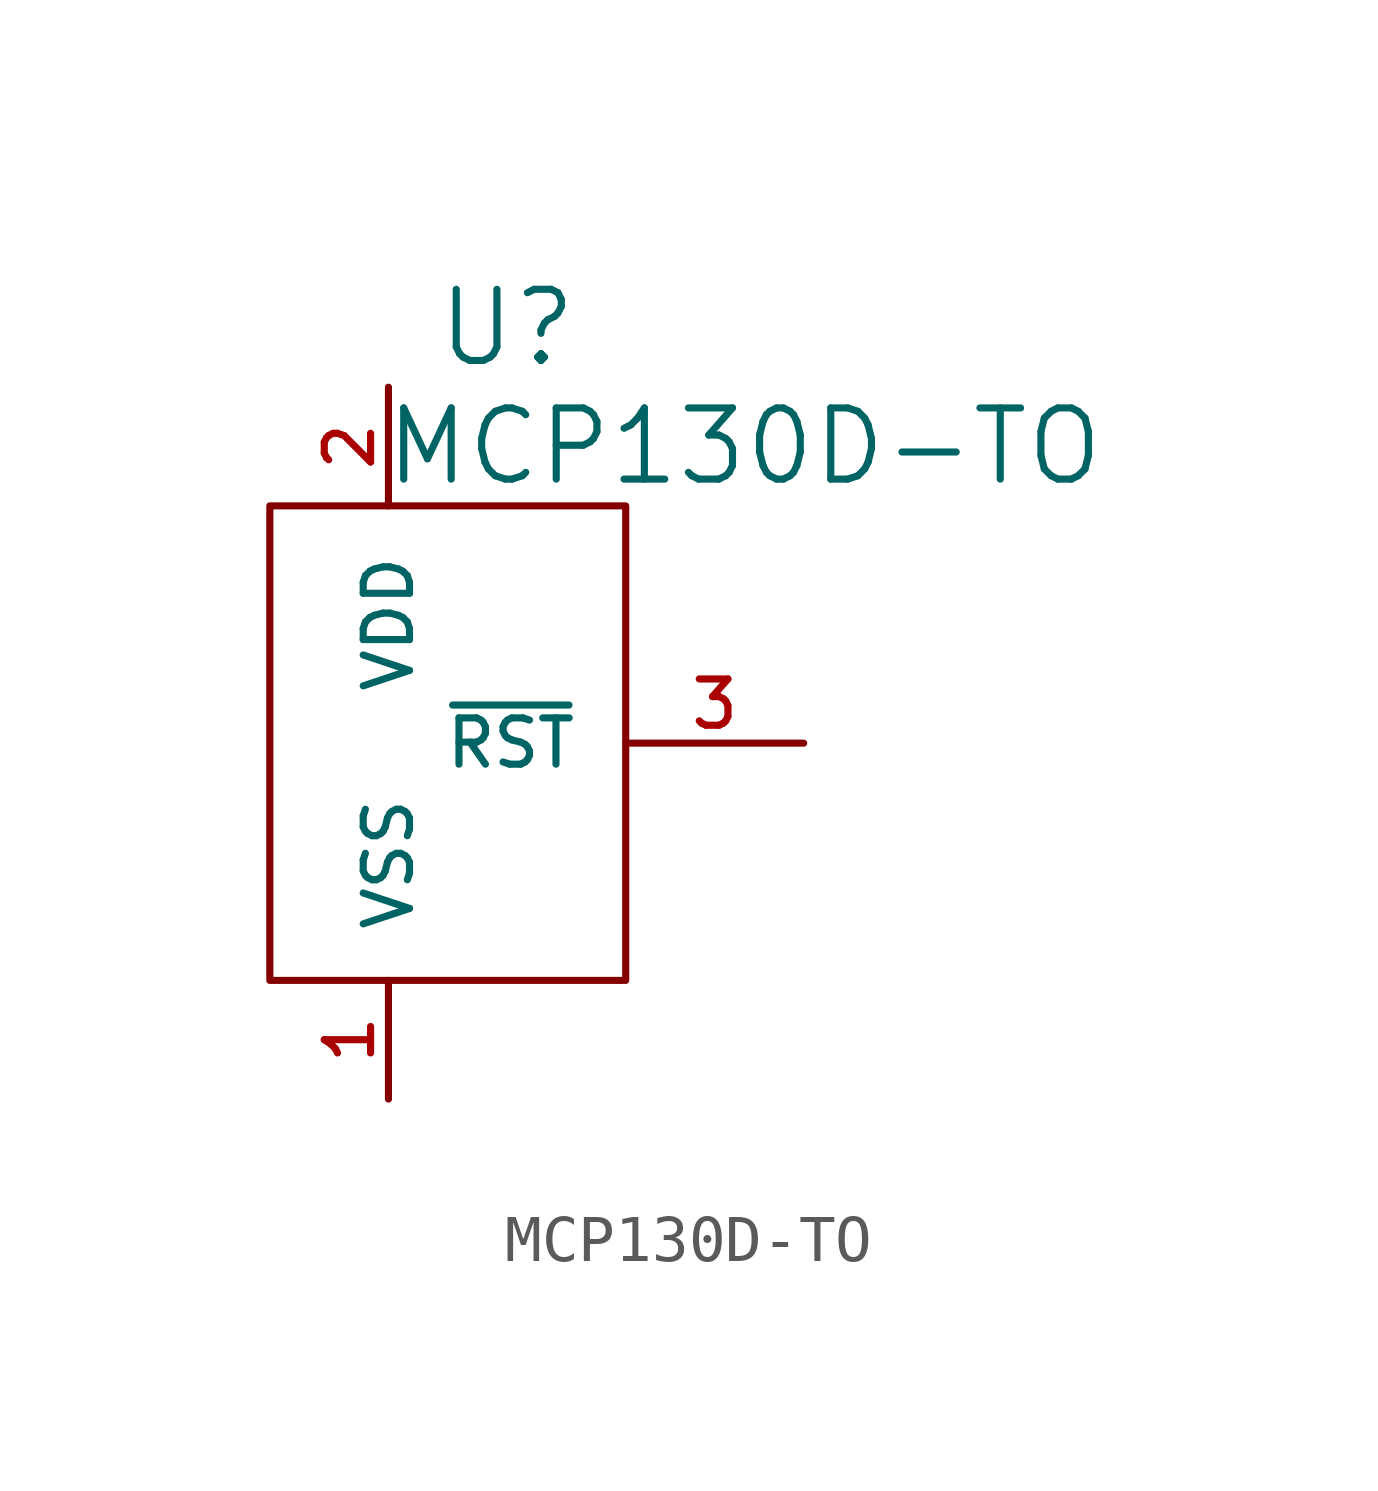
<source format=kicad_sym>
(kicad_symbol_lib
  (version 20220914)
  (generator kicad_symbol_editor)
  (symbol "MCP130D-TO"
    (pin_names
      (offset 1.016))
    (property "Reference" "U"
      (at 1.27 8.89 0)
      (effects (font (size 1.524 1.524))))
    (property "Value" "MCP130D-TO"
      (at 6.35 6.35 0)
      (effects (font (size 1.524 1.524))))
    (property "Footprint" ""
      (at 0 0 0)
      (effects (font (size 1.524 1.524))))
    (property "Datasheet" ""
      (at 0 0 0)
      (effects (font (size 1.524 1.524))))
    (symbol "MCP130D-TO_0_1"
      (rectangle (start -3.81 5.08) (end 3.81 -5.08) (stroke (width 0) (type solid)) (fill (type none))))
    (symbol "MCP130D-TO_1_1"
      (pin passive line (at -1.27 -7.62 90) (length 2.54) (name "VSS" (effects (font (size 0.991 0.991)))) (number "1" (effects (font (size 0.991 0.991)))))
      (pin bidirectional line (at -1.27 7.62 270) (length 2.54) (name "VDD" (effects (font (size 0.991 0.991)))) (number "2" (effects (font (size 0.991 0.991)))))
      (pin passive line (at 7.62 0 180) (length 3.81) (name "~{RST}" (effects (font (size 0.991 0.991)))) (number "3" (effects (font (size 0.991 0.991))))))))
</source>
